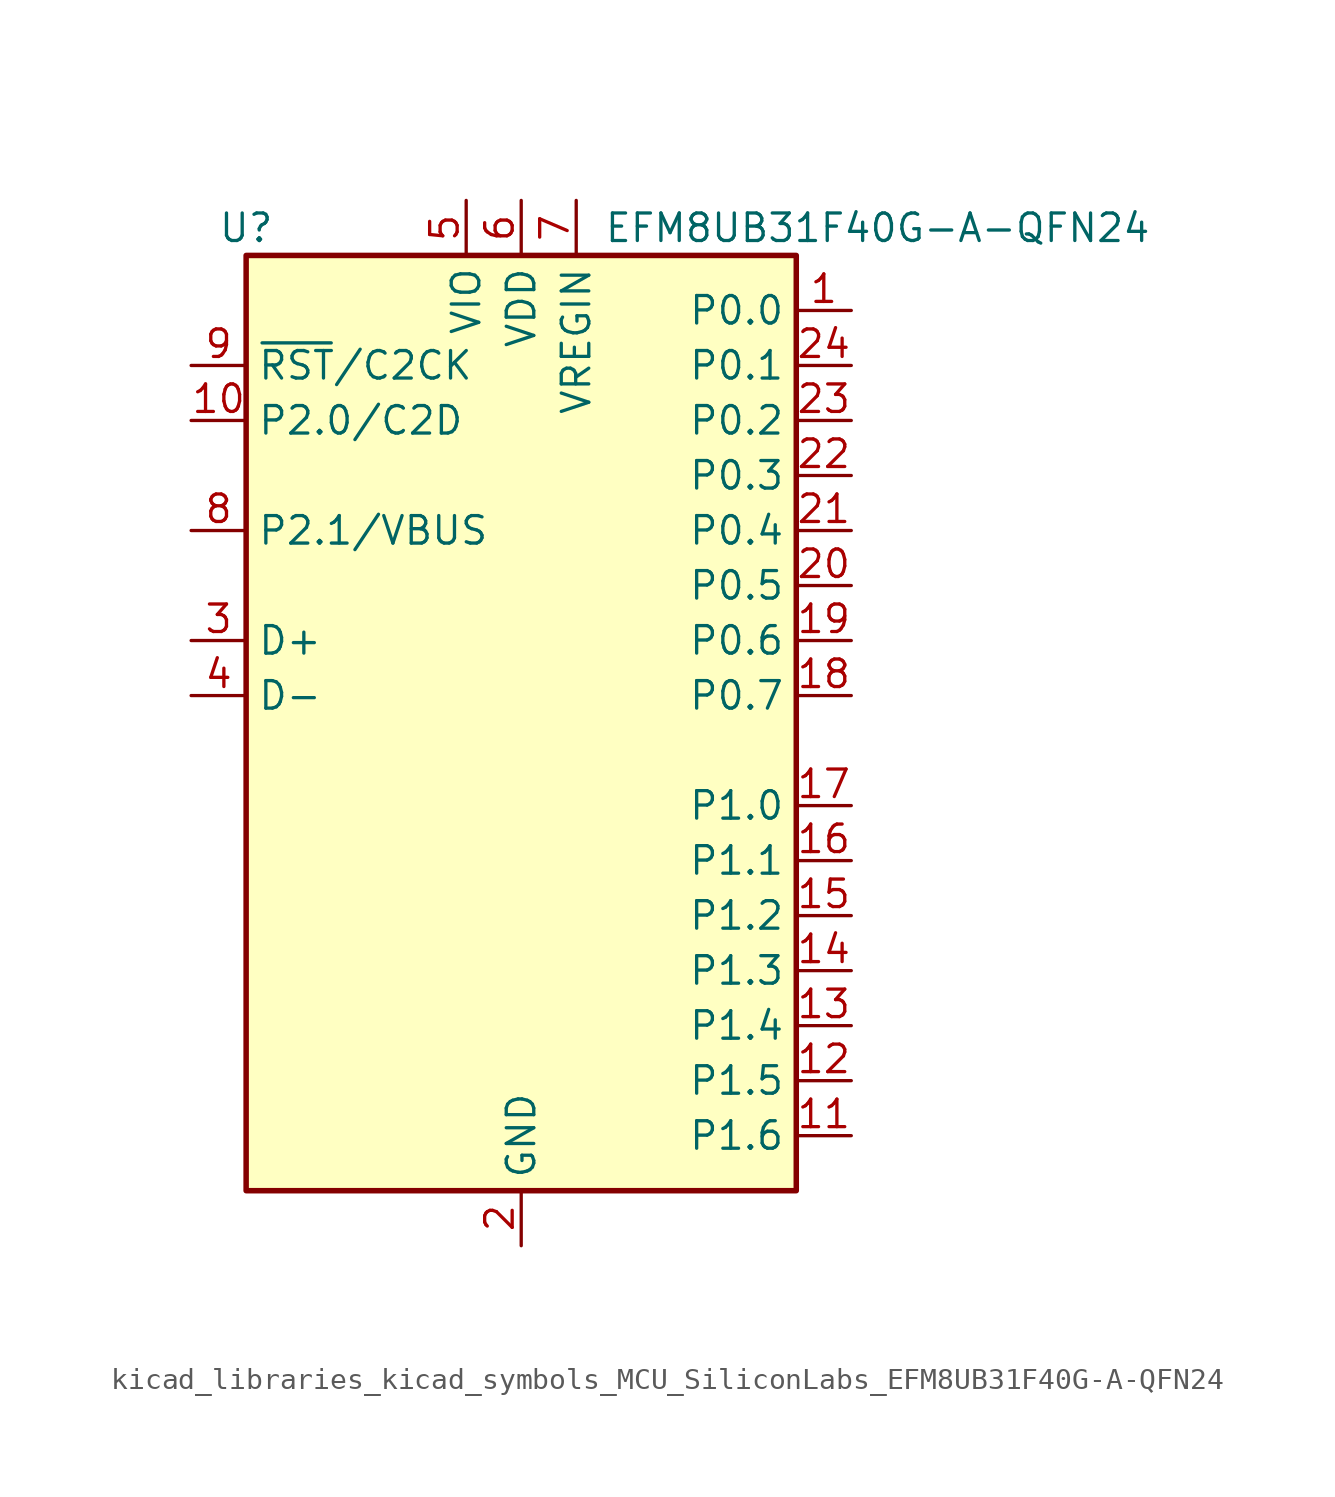
<source format=kicad_sym>
(kicad_symbol_lib
  (version 20220914)
  (generator kicad_symbol_editor)
  (symbol "kicad_libraries_kicad_symbols_MCU_SiliconLabs_EFM8UB31F40G-A-QFN24"
    (property "Reference" "U"
      (at -12.7 24.13 0)
      (effects (font (size 1.27 1.27))))
    (property "Value" "EFM8UB31F40G-A-QFN24"
      (at 3.81 24.13 0)
      (effects (font (size 1.27 1.27)) (justify left)))
    (symbol "kicad_libraries_kicad_symbols_MCU_SiliconLabs_EFM8UB31F40G-A-QFN24_0_1"
      (rectangle (start -12.7 22.86) (end 12.7 -20.32) (stroke (width 0.254) (type default)) (fill (type background))))
    (symbol "kicad_libraries_kicad_symbols_MCU_SiliconLabs_EFM8UB31F40G-A-QFN24_1_1"
      (pin bidirectional line (at 15.24 20.32 180) (length 2.54) (name "P0.0" (effects (font (size 1.27 1.27)))) (number "1" (effects (font (size 1.27 1.27)))))
      (pin bidirectional line (at -15.24 15.24 0) (length 2.54) (name "P2.0/C2D" (effects (font (size 1.27 1.27)))) (number "10" (effects (font (size 1.27 1.27)))))
      (pin bidirectional line (at 15.24 -17.78 180) (length 2.54) (name "P1.6" (effects (font (size 1.27 1.27)))) (number "11" (effects (font (size 1.27 1.27)))))
      (pin bidirectional line (at 15.24 -15.24 180) (length 2.54) (name "P1.5" (effects (font (size 1.27 1.27)))) (number "12" (effects (font (size 1.27 1.27)))))
      (pin bidirectional line (at 15.24 -12.7 180) (length 2.54) (name "P1.4" (effects (font (size 1.27 1.27)))) (number "13" (effects (font (size 1.27 1.27)))))
      (pin bidirectional line (at 15.24 -10.16 180) (length 2.54) (name "P1.3" (effects (font (size 1.27 1.27)))) (number "14" (effects (font (size 1.27 1.27)))))
      (pin bidirectional line (at 15.24 -7.62 180) (length 2.54) (name "P1.2" (effects (font (size 1.27 1.27)))) (number "15" (effects (font (size 1.27 1.27)))))
      (pin bidirectional line (at 15.24 -5.08 180) (length 2.54) (name "P1.1" (effects (font (size 1.27 1.27)))) (number "16" (effects (font (size 1.27 1.27)))))
      (pin bidirectional line (at 15.24 -2.54 180) (length 2.54) (name "P1.0" (effects (font (size 1.27 1.27)))) (number "17" (effects (font (size 1.27 1.27)))))
      (pin bidirectional line (at 15.24 2.54 180) (length 2.54) (name "P0.7" (effects (font (size 1.27 1.27)))) (number "18" (effects (font (size 1.27 1.27)))))
      (pin bidirectional line (at 15.24 5.08 180) (length 2.54) (name "P0.6" (effects (font (size 1.27 1.27)))) (number "19" (effects (font (size 1.27 1.27)))))
      (pin power_in line (at 0 -22.86 90) (length 2.54) (name "GND" (effects (font (size 1.27 1.27)))) (number "2" (effects (font (size 1.27 1.27)))))
      (pin bidirectional line (at 15.24 7.62 180) (length 2.54) (name "P0.5" (effects (font (size 1.27 1.27)))) (number "20" (effects (font (size 1.27 1.27)))))
      (pin bidirectional line (at 15.24 10.16 180) (length 2.54) (name "P0.4" (effects (font (size 1.27 1.27)))) (number "21" (effects (font (size 1.27 1.27)))))
      (pin bidirectional line (at 15.24 12.7 180) (length 2.54) (name "P0.3" (effects (font (size 1.27 1.27)))) (number "22" (effects (font (size 1.27 1.27)))))
      (pin bidirectional line (at 15.24 15.24 180) (length 2.54) (name "P0.2" (effects (font (size 1.27 1.27)))) (number "23" (effects (font (size 1.27 1.27)))))
      (pin bidirectional line (at 15.24 17.78 180) (length 2.54) (name "P0.1" (effects (font (size 1.27 1.27)))) (number "24" (effects (font (size 1.27 1.27)))))
      (pin passive line (at 0 -22.86 90) (length 2.54) hide (name "GND" (effects (font (size 1.27 1.27)))) (number "25" (effects (font (size 1.27 1.27)))))
      (pin bidirectional line (at -15.24 5.08 0) (length 2.54) (name "D+" (effects (font (size 1.27 1.27)))) (number "3" (effects (font (size 1.27 1.27)))))
      (pin bidirectional line (at -15.24 2.54 0) (length 2.54) (name "D-" (effects (font (size 1.27 1.27)))) (number "4" (effects (font (size 1.27 1.27)))))
      (pin power_in line (at -2.54 25.4 270) (length 2.54) (name "VIO" (effects (font (size 1.27 1.27)))) (number "5" (effects (font (size 1.27 1.27)))))
      (pin power_in line (at 0 25.4 270) (length 2.54) (name "VDD" (effects (font (size 1.27 1.27)))) (number "6" (effects (font (size 1.27 1.27)))))
      (pin power_in line (at 2.54 25.4 270) (length 2.54) (name "VREGIN" (effects (font (size 1.27 1.27)))) (number "7" (effects (font (size 1.27 1.27)))))
      (pin bidirectional line (at -15.24 10.16 0) (length 2.54) (name "P2.1/VBUS" (effects (font (size 1.27 1.27)))) (number "8" (effects (font (size 1.27 1.27)))))
      (pin bidirectional line (at -15.24 17.78 0) (length 2.54) (name "~{RST}/C2CK" (effects (font (size 1.27 1.27)))) (number "9" (effects (font (size 1.27 1.27))))))))
</source>
